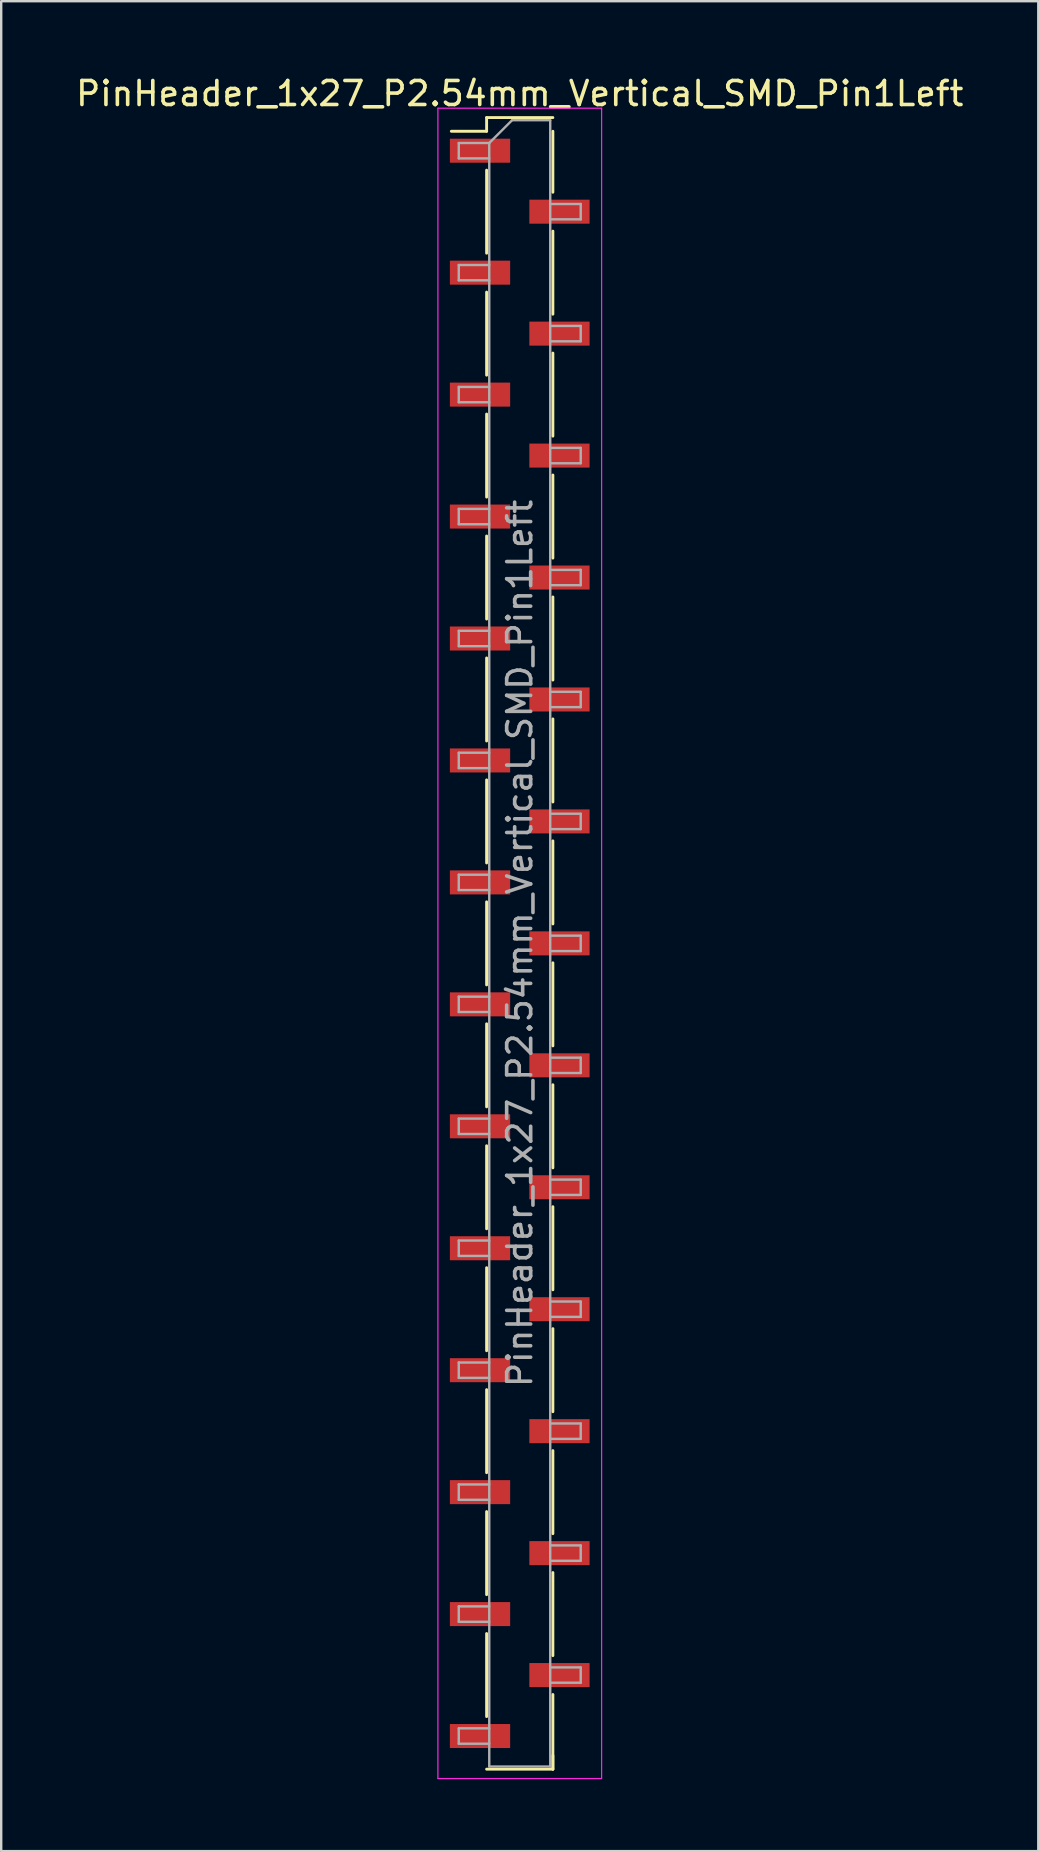
<source format=kicad_pcb>
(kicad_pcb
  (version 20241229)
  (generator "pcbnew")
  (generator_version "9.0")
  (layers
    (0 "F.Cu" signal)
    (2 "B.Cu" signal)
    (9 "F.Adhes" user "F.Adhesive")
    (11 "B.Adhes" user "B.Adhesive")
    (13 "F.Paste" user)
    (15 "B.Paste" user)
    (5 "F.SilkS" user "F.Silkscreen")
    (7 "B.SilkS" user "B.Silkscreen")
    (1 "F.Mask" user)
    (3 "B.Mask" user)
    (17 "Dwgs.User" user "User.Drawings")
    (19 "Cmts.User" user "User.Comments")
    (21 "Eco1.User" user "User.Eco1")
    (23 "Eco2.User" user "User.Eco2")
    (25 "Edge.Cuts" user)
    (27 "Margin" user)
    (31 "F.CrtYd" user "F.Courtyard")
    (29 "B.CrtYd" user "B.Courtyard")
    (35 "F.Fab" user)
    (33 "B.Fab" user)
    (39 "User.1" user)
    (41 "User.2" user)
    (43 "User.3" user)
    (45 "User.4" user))
  (footprint "PinHeader_1x27_P2.54mm_Vertical_SMD_Pin1Left"
    (layer "F.Cu")
    (at 18.601 36.248)
    (property "Reference" "PinHeader_1x27_P2.54mm_Vertical_SMD_Pin1Left" (at 0 -35.4 0) (layer "F.SilkS") (effects (font (size 1 1) (thickness 0.15))))
    (attr smd)
    (fp_line (start -1.38 -34.4) (end -1.38 -33.83) (stroke (width 0.12) (type solid)) (layer "F.SilkS"))
    (fp_line (start -1.38 -34.4) (end 1.38 -34.4) (stroke (width 0.12) (type solid)) (layer "F.SilkS"))
    (fp_line (start -1.38 -33.83) (end -2.85 -33.83) (stroke (width 0.12) (type solid)) (layer "F.SilkS"))
    (fp_line (start -1.38 -32.21) (end -1.38 -28.75) (stroke (width 0.12) (type solid)) (layer "F.SilkS"))
    (fp_line (start -1.38 -27.13) (end -1.38 -23.67) (stroke (width 0.12) (type solid)) (layer "F.SilkS"))
    (fp_line (start -1.38 -22.05) (end -1.38 -18.59) (stroke (width 0.12) (type solid)) (layer "F.SilkS"))
    (fp_line (start -1.38 -16.97) (end -1.38 -13.51) (stroke (width 0.12) (type solid)) (layer "F.SilkS"))
    (fp_line (start -1.38 -11.89) (end -1.38 -8.43) (stroke (width 0.12) (type solid)) (layer "F.SilkS"))
    (fp_line (start -1.38 -6.81) (end -1.38 -3.35) (stroke (width 0.12) (type solid)) (layer "F.SilkS"))
    (fp_line (start -1.38 -1.73) (end -1.38 1.73) (stroke (width 0.12) (type solid)) (layer "F.SilkS"))
    (fp_line (start -1.38 3.35) (end -1.38 6.81) (stroke (width 0.12) (type solid)) (layer "F.SilkS"))
    (fp_line (start -1.38 8.43) (end -1.38 11.89) (stroke (width 0.12) (type solid)) (layer "F.SilkS"))
    (fp_line (start -1.38 13.51) (end -1.38 16.97) (stroke (width 0.12) (type solid)) (layer "F.SilkS"))
    (fp_line (start -1.38 18.59) (end -1.38 22.05) (stroke (width 0.12) (type solid)) (layer "F.SilkS"))
    (fp_line (start -1.38 23.67) (end -1.38 27.13) (stroke (width 0.12) (type solid)) (layer "F.SilkS"))
    (fp_line (start -1.38 28.75) (end -1.38 32.21) (stroke (width 0.12) (type solid)) (layer "F.SilkS"))
    (fp_line (start -1.38 34.4) (end 1.38 34.4) (stroke (width 0.12) (type solid)) (layer "F.SilkS"))
    (fp_line (start 1.38 -33.83) (end 1.38 -31.29) (stroke (width 0.12) (type solid)) (layer "F.SilkS"))
    (fp_line (start 1.38 -29.67) (end 1.38 -26.21) (stroke (width 0.12) (type solid)) (layer "F.SilkS"))
    (fp_line (start 1.38 -24.59) (end 1.38 -21.13) (stroke (width 0.12) (type solid)) (layer "F.SilkS"))
    (fp_line (start 1.38 -19.51) (end 1.38 -16.05) (stroke (width 0.12) (type solid)) (layer "F.SilkS"))
    (fp_line (start 1.38 -14.43) (end 1.38 -10.97) (stroke (width 0.12) (type solid)) (layer "F.SilkS"))
    (fp_line (start 1.38 -9.35) (end 1.38 -5.89) (stroke (width 0.12) (type solid)) (layer "F.SilkS"))
    (fp_line (start 1.38 -4.27) (end 1.38 -0.81) (stroke (width 0.12) (type solid)) (layer "F.SilkS"))
    (fp_line (start 1.38 0.81) (end 1.38 4.27) (stroke (width 0.12) (type solid)) (layer "F.SilkS"))
    (fp_line (start 1.38 5.89) (end 1.38 9.35) (stroke (width 0.12) (type solid)) (layer "F.SilkS"))
    (fp_line (start 1.38 10.97) (end 1.38 14.43) (stroke (width 0.12) (type solid)) (layer "F.SilkS"))
    (fp_line (start 1.38 16.05) (end 1.38 19.51) (stroke (width 0.12) (type solid)) (layer "F.SilkS"))
    (fp_line (start 1.38 21.13) (end 1.38 24.59) (stroke (width 0.12) (type solid)) (layer "F.SilkS"))
    (fp_line (start 1.38 26.21) (end 1.38 29.67) (stroke (width 0.12) (type solid)) (layer "F.SilkS"))
    (fp_line (start 1.38 31.29) (end 1.38 34.4) (stroke (width 0.12) (type solid)) (layer "F.SilkS"))
    (fp_line (start 1.38 33.83) (end 1.38 34.4) (stroke (width 0.12) (type solid)) (layer "F.SilkS"))
    (fp_line (start -3.41 -34.79) (end -3.41 34.79) (stroke (width 0.05) (type solid)) (layer "F.CrtYd"))
    (fp_line (start -3.41 34.79) (end 3.41 34.79) (stroke (width 0.05) (type solid)) (layer "F.CrtYd"))
    (fp_line (start 3.41 -34.79) (end -3.41 -34.79) (stroke (width 0.05) (type solid)) (layer "F.CrtYd"))
    (fp_line (start 3.41 34.79) (end 3.41 -34.79) (stroke (width 0.05) (type solid)) (layer "F.CrtYd"))
    (fp_line (start -2.54 -33.34) (end -2.54 -32.7) (stroke (width 0.1) (type solid)) (layer "F.Fab"))
    (fp_line (start -2.54 -32.7) (end -1.27 -32.7) (stroke (width 0.1) (type solid)) (layer "F.Fab"))
    (fp_line (start -2.54 -28.26) (end -2.54 -27.62) (stroke (width 0.1) (type solid)) (layer "F.Fab"))
    (fp_line (start -2.54 -27.62) (end -1.27 -27.62) (stroke (width 0.1) (type solid)) (layer "F.Fab"))
    (fp_line (start -2.54 -23.18) (end -2.54 -22.54) (stroke (width 0.1) (type solid)) (layer "F.Fab"))
    (fp_line (start -2.54 -22.54) (end -1.27 -22.54) (stroke (width 0.1) (type solid)) (layer "F.Fab"))
    (fp_line (start -2.54 -18.1) (end -2.54 -17.46) (stroke (width 0.1) (type solid)) (layer "F.Fab"))
    (fp_line (start -2.54 -17.46) (end -1.27 -17.46) (stroke (width 0.1) (type solid)) (layer "F.Fab"))
    (fp_line (start -2.54 -13.02) (end -2.54 -12.38) (stroke (width 0.1) (type solid)) (layer "F.Fab"))
    (fp_line (start -2.54 -12.38) (end -1.27 -12.38) (stroke (width 0.1) (type solid)) (layer "F.Fab"))
    (fp_line (start -2.54 -7.94) (end -2.54 -7.3) (stroke (width 0.1) (type solid)) (layer "F.Fab"))
    (fp_line (start -2.54 -7.3) (end -1.27 -7.3) (stroke (width 0.1) (type solid)) (layer "F.Fab"))
    (fp_line (start -2.54 -2.86) (end -2.54 -2.22) (stroke (width 0.1) (type solid)) (layer "F.Fab"))
    (fp_line (start -2.54 -2.22) (end -1.27 -2.22) (stroke (width 0.1) (type solid)) (layer "F.Fab"))
    (fp_line (start -2.54 2.22) (end -2.54 2.86) (stroke (width 0.1) (type solid)) (layer "F.Fab"))
    (fp_line (start -2.54 2.86) (end -1.27 2.86) (stroke (width 0.1) (type solid)) (layer "F.Fab"))
    (fp_line (start -2.54 7.3) (end -2.54 7.94) (stroke (width 0.1) (type solid)) (layer "F.Fab"))
    (fp_line (start -2.54 7.94) (end -1.27 7.94) (stroke (width 0.1) (type solid)) (layer "F.Fab"))
    (fp_line (start -2.54 12.38) (end -2.54 13.02) (stroke (width 0.1) (type solid)) (layer "F.Fab"))
    (fp_line (start -2.54 13.02) (end -1.27 13.02) (stroke (width 0.1) (type solid)) (layer "F.Fab"))
    (fp_line (start -2.54 17.46) (end -2.54 18.1) (stroke (width 0.1) (type solid)) (layer "F.Fab"))
    (fp_line (start -2.54 18.1) (end -1.27 18.1) (stroke (width 0.1) (type solid)) (layer "F.Fab"))
    (fp_line (start -2.54 22.54) (end -2.54 23.18) (stroke (width 0.1) (type solid)) (layer "F.Fab"))
    (fp_line (start -2.54 23.18) (end -1.27 23.18) (stroke (width 0.1) (type solid)) (layer "F.Fab"))
    (fp_line (start -2.54 27.62) (end -2.54 28.26) (stroke (width 0.1) (type solid)) (layer "F.Fab"))
    (fp_line (start -2.54 28.26) (end -1.27 28.26) (stroke (width 0.1) (type solid)) (layer "F.Fab"))
    (fp_line (start -2.54 32.7) (end -2.54 33.34) (stroke (width 0.1) (type solid)) (layer "F.Fab"))
    (fp_line (start -2.54 33.34) (end -1.27 33.34) (stroke (width 0.1) (type solid)) (layer "F.Fab"))
    (fp_line (start -1.27 -33.34) (end -2.54 -33.34) (stroke (width 0.1) (type solid)) (layer "F.Fab"))
    (fp_line (start -1.27 -33.34) (end -0.32 -34.29) (stroke (width 0.1) (type solid)) (layer "F.Fab"))
    (fp_line (start -1.27 -28.26) (end -2.54 -28.26) (stroke (width 0.1) (type solid)) (layer "F.Fab"))
    (fp_line (start -1.27 -23.18) (end -2.54 -23.18) (stroke (width 0.1) (type solid)) (layer "F.Fab"))
    (fp_line (start -1.27 -18.1) (end -2.54 -18.1) (stroke (width 0.1) (type solid)) (layer "F.Fab"))
    (fp_line (start -1.27 -13.02) (end -2.54 -13.02) (stroke (width 0.1) (type solid)) (layer "F.Fab"))
    (fp_line (start -1.27 -7.94) (end -2.54 -7.94) (stroke (width 0.1) (type solid)) (layer "F.Fab"))
    (fp_line (start -1.27 -2.86) (end -2.54 -2.86) (stroke (width 0.1) (type solid)) (layer "F.Fab"))
    (fp_line (start -1.27 2.22) (end -2.54 2.22) (stroke (width 0.1) (type solid)) (layer "F.Fab"))
    (fp_line (start -1.27 7.3) (end -2.54 7.3) (stroke (width 0.1) (type solid)) (layer "F.Fab"))
    (fp_line (start -1.27 12.38) (end -2.54 12.38) (stroke (width 0.1) (type solid)) (layer "F.Fab"))
    (fp_line (start -1.27 17.46) (end -2.54 17.46) (stroke (width 0.1) (type solid)) (layer "F.Fab"))
    (fp_line (start -1.27 22.54) (end -2.54 22.54) (stroke (width 0.1) (type solid)) (layer "F.Fab"))
    (fp_line (start -1.27 27.62) (end -2.54 27.62) (stroke (width 0.1) (type solid)) (layer "F.Fab"))
    (fp_line (start -1.27 32.7) (end -2.54 32.7) (stroke (width 0.1) (type solid)) (layer "F.Fab"))
    (fp_line (start -1.27 34.29) (end -1.27 -33.34) (stroke (width 0.1) (type solid)) (layer "F.Fab"))
    (fp_line (start -0.32 -34.29) (end 1.27 -34.29) (stroke (width 0.1) (type solid)) (layer "F.Fab"))
    (fp_line (start 1.27 -34.29) (end 1.27 34.29) (stroke (width 0.1) (type solid)) (layer "F.Fab"))
    (fp_line (start 1.27 -30.8) (end 2.54 -30.8) (stroke (width 0.1) (type solid)) (layer "F.Fab"))
    (fp_line (start 1.27 -25.72) (end 2.54 -25.72) (stroke (width 0.1) (type solid)) (layer "F.Fab"))
    (fp_line (start 1.27 -20.64) (end 2.54 -20.64) (stroke (width 0.1) (type solid)) (layer "F.Fab"))
    (fp_line (start 1.27 -15.56) (end 2.54 -15.56) (stroke (width 0.1) (type solid)) (layer "F.Fab"))
    (fp_line (start 1.27 -10.48) (end 2.54 -10.48) (stroke (width 0.1) (type solid)) (layer "F.Fab"))
    (fp_line (start 1.27 -5.4) (end 2.54 -5.4) (stroke (width 0.1) (type solid)) (layer "F.Fab"))
    (fp_line (start 1.27 -0.32) (end 2.54 -0.32) (stroke (width 0.1) (type solid)) (layer "F.Fab"))
    (fp_line (start 1.27 4.76) (end 2.54 4.76) (stroke (width 0.1) (type solid)) (layer "F.Fab"))
    (fp_line (start 1.27 9.84) (end 2.54 9.84) (stroke (width 0.1) (type solid)) (layer "F.Fab"))
    (fp_line (start 1.27 14.92) (end 2.54 14.92) (stroke (width 0.1) (type solid)) (layer "F.Fab"))
    (fp_line (start 1.27 20) (end 2.54 20) (stroke (width 0.1) (type solid)) (layer "F.Fab"))
    (fp_line (start 1.27 25.08) (end 2.54 25.08) (stroke (width 0.1) (type solid)) (layer "F.Fab"))
    (fp_line (start 1.27 30.16) (end 2.54 30.16) (stroke (width 0.1) (type solid)) (layer "F.Fab"))
    (fp_line (start 1.27 34.29) (end -1.27 34.29) (stroke (width 0.1) (type solid)) (layer "F.Fab"))
    (fp_line (start 2.54 -30.8) (end 2.54 -30.16) (stroke (width 0.1) (type solid)) (layer "F.Fab"))
    (fp_line (start 2.54 -30.16) (end 1.27 -30.16) (stroke (width 0.1) (type solid)) (layer "F.Fab"))
    (fp_line (start 2.54 -25.72) (end 2.54 -25.08) (stroke (width 0.1) (type solid)) (layer "F.Fab"))
    (fp_line (start 2.54 -25.08) (end 1.27 -25.08) (stroke (width 0.1) (type solid)) (layer "F.Fab"))
    (fp_line (start 2.54 -20.64) (end 2.54 -20) (stroke (width 0.1) (type solid)) (layer "F.Fab"))
    (fp_line (start 2.54 -20) (end 1.27 -20) (stroke (width 0.1) (type solid)) (layer "F.Fab"))
    (fp_line (start 2.54 -15.56) (end 2.54 -14.92) (stroke (width 0.1) (type solid)) (layer "F.Fab"))
    (fp_line (start 2.54 -14.92) (end 1.27 -14.92) (stroke (width 0.1) (type solid)) (layer "F.Fab"))
    (fp_line (start 2.54 -10.48) (end 2.54 -9.84) (stroke (width 0.1) (type solid)) (layer "F.Fab"))
    (fp_line (start 2.54 -9.84) (end 1.27 -9.84) (stroke (width 0.1) (type solid)) (layer "F.Fab"))
    (fp_line (start 2.54 -5.4) (end 2.54 -4.76) (stroke (width 0.1) (type solid)) (layer "F.Fab"))
    (fp_line (start 2.54 -4.76) (end 1.27 -4.76) (stroke (width 0.1) (type solid)) (layer "F.Fab"))
    (fp_line (start 2.54 -0.32) (end 2.54 0.32) (stroke (width 0.1) (type solid)) (layer "F.Fab"))
    (fp_line (start 2.54 0.32) (end 1.27 0.32) (stroke (width 0.1) (type solid)) (layer "F.Fab"))
    (fp_line (start 2.54 4.76) (end 2.54 5.4) (stroke (width 0.1) (type solid)) (layer "F.Fab"))
    (fp_line (start 2.54 5.4) (end 1.27 5.4) (stroke (width 0.1) (type solid)) (layer "F.Fab"))
    (fp_line (start 2.54 9.84) (end 2.54 10.48) (stroke (width 0.1) (type solid)) (layer "F.Fab"))
    (fp_line (start 2.54 10.48) (end 1.27 10.48) (stroke (width 0.1) (type solid)) (layer "F.Fab"))
    (fp_line (start 2.54 14.92) (end 2.54 15.56) (stroke (width 0.1) (type solid)) (layer "F.Fab"))
    (fp_line (start 2.54 15.56) (end 1.27 15.56) (stroke (width 0.1) (type solid)) (layer "F.Fab"))
    (fp_line (start 2.54 20) (end 2.54 20.64) (stroke (width 0.1) (type solid)) (layer "F.Fab"))
    (fp_line (start 2.54 20.64) (end 1.27 20.64) (stroke (width 0.1) (type solid)) (layer "F.Fab"))
    (fp_line (start 2.54 25.08) (end 2.54 25.72) (stroke (width 0.1) (type solid)) (layer "F.Fab"))
    (fp_line (start 2.54 25.72) (end 1.27 25.72) (stroke (width 0.1) (type solid)) (layer "F.Fab"))
    (fp_line (start 2.54 30.16) (end 2.54 30.8) (stroke (width 0.1) (type solid)) (layer "F.Fab"))
    (fp_line (start 2.54 30.8) (end 1.27 30.8) (stroke (width 0.1) (type solid)) (layer "F.Fab"))
    (fp_text user "${REFERENCE}" (at 0 0 90) (layer "F.Fab") (effects (font (size 1 1) (thickness 0.15))))
    (pad "1" smd rect (at -1.655 -33.02) (size 2.51 1) (layers "F.Cu" "F.Mask" "F.Paste"))
    (pad "2" smd rect (at 1.655 -30.48) (size 2.51 1) (layers "F.Cu" "F.Mask" "F.Paste"))
    (pad "3" smd rect (at -1.655 -27.94) (size 2.51 1) (layers "F.Cu" "F.Mask" "F.Paste"))
    (pad "4" smd rect (at 1.655 -25.4) (size 2.51 1) (layers "F.Cu" "F.Mask" "F.Paste"))
    (pad "5" smd rect (at -1.655 -22.86) (size 2.51 1) (layers "F.Cu" "F.Mask" "F.Paste"))
    (pad "6" smd rect (at 1.655 -20.32) (size 2.51 1) (layers "F.Cu" "F.Mask" "F.Paste"))
    (pad "7" smd rect (at -1.655 -17.78) (size 2.51 1) (layers "F.Cu" "F.Mask" "F.Paste"))
    (pad "8" smd rect (at 1.655 -15.24) (size 2.51 1) (layers "F.Cu" "F.Mask" "F.Paste"))
    (pad "9" smd rect (at -1.655 -12.7) (size 2.51 1) (layers "F.Cu" "F.Mask" "F.Paste"))
    (pad "10" smd rect (at 1.655 -10.16) (size 2.51 1) (layers "F.Cu" "F.Mask" "F.Paste"))
    (pad "11" smd rect (at -1.655 -7.62) (size 2.51 1) (layers "F.Cu" "F.Mask" "F.Paste"))
    (pad "12" smd rect (at 1.655 -5.08) (size 2.51 1) (layers "F.Cu" "F.Mask" "F.Paste"))
    (pad "13" smd rect (at -1.655 -2.54) (size 2.51 1) (layers "F.Cu" "F.Mask" "F.Paste"))
    (pad "14" smd rect (at 1.655 0) (size 2.51 1) (layers "F.Cu" "F.Mask" "F.Paste"))
    (pad "15" smd rect (at -1.655 2.54) (size 2.51 1) (layers "F.Cu" "F.Mask" "F.Paste"))
    (pad "16" smd rect (at 1.655 5.08) (size 2.51 1) (layers "F.Cu" "F.Mask" "F.Paste"))
    (pad "17" smd rect (at -1.655 7.62) (size 2.51 1) (layers "F.Cu" "F.Mask" "F.Paste"))
    (pad "18" smd rect (at 1.655 10.16) (size 2.51 1) (layers "F.Cu" "F.Mask" "F.Paste"))
    (pad "19" smd rect (at -1.655 12.7) (size 2.51 1) (layers "F.Cu" "F.Mask" "F.Paste"))
    (pad "20" smd rect (at 1.655 15.24) (size 2.51 1) (layers "F.Cu" "F.Mask" "F.Paste"))
    (pad "21" smd rect (at -1.655 17.78) (size 2.51 1) (layers "F.Cu" "F.Mask" "F.Paste"))
    (pad "22" smd rect (at 1.655 20.32) (size 2.51 1) (layers "F.Cu" "F.Mask" "F.Paste"))
    (pad "23" smd rect (at -1.655 22.86) (size 2.51 1) (layers "F.Cu" "F.Mask" "F.Paste"))
    (pad "24" smd rect (at 1.655 25.4) (size 2.51 1) (layers "F.Cu" "F.Mask" "F.Paste"))
    (pad "25" smd rect (at -1.655 27.94) (size 2.51 1) (layers "F.Cu" "F.Mask" "F.Paste"))
    (pad "26" smd rect (at 1.655 30.48) (size 2.51 1) (layers "F.Cu" "F.Mask" "F.Paste"))
    (pad "27" smd rect (at -1.655 33.02) (size 2.51 1) (layers "F.Cu" "F.Mask" "F.Paste")))
  (gr_rect
    (start -3 -3)
    (end 40.202 74.063)
    (stroke (width 0.1) (type default))
    (fill no)
    (layer "Edge.Cuts")))
</source>
